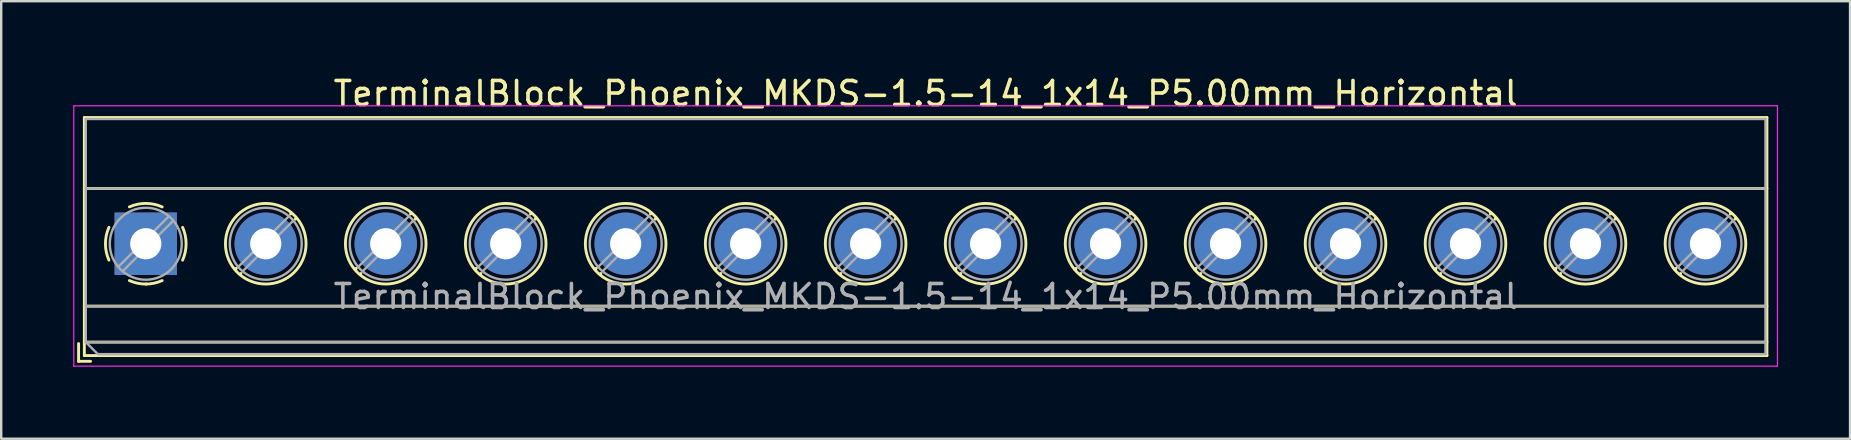
<source format=kicad_pcb>
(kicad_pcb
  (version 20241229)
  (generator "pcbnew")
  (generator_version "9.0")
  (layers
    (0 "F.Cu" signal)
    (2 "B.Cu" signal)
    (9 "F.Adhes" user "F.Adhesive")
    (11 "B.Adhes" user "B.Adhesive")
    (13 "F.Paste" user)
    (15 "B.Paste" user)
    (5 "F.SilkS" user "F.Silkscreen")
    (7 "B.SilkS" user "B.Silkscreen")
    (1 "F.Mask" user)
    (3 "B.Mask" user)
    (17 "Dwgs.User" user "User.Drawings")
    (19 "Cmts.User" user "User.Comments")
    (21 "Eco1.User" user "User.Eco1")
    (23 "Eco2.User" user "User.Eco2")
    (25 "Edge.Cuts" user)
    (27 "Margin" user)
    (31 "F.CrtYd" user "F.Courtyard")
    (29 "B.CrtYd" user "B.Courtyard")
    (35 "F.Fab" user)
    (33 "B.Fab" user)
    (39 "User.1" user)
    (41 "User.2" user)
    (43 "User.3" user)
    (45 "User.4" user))
  (footprint "TerminalBlock_Phoenix_MKDS-1.5-14_1x14_P5.00mm_Horizontal"
    (layer "F.Cu")
    (at 3.025 7.108)
    (property "Reference" "TerminalBlock_Phoenix_MKDS-1.5-14_1x14_P5.00mm_Horizontal" (at 32.5 -6.26 0) (layer "F.SilkS") (effects (font (size 1 1) (thickness 0.15))))
    (attr through_hole)
    (fp_line (start -2.8 4.16) (end -2.8 4.9) (stroke (width 0.12) (type solid)) (layer "F.SilkS"))
    (fp_line (start -2.8 4.9) (end -2.3 4.9) (stroke (width 0.12) (type solid)) (layer "F.SilkS"))
    (fp_line (start -2.56 -5.261) (end -2.56 4.66) (stroke (width 0.12) (type solid)) (layer "F.SilkS"))
    (fp_line (start -2.56 -5.261) (end 67.56 -5.261) (stroke (width 0.12) (type solid)) (layer "F.SilkS"))
    (fp_line (start -2.56 -2.301) (end 67.56 -2.301) (stroke (width 0.12) (type solid)) (layer "F.SilkS"))
    (fp_line (start -2.56 2.6) (end 67.56 2.6) (stroke (width 0.12) (type solid)) (layer "F.SilkS"))
    (fp_line (start -2.56 4.1) (end 67.56 4.1) (stroke (width 0.12) (type solid)) (layer "F.SilkS"))
    (fp_line (start -2.56 4.66) (end 67.56 4.66) (stroke (width 0.12) (type solid)) (layer "F.SilkS"))
    (fp_line (start 3.773 1.023) (end 3.726 1.069) (stroke (width 0.12) (type solid)) (layer "F.SilkS"))
    (fp_line (start 3.966 1.239) (end 3.931 1.274) (stroke (width 0.12) (type solid)) (layer "F.SilkS"))
    (fp_line (start 6.07 -1.275) (end 6.035 -1.239) (stroke (width 0.12) (type solid)) (layer "F.SilkS"))
    (fp_line (start 6.275 -1.069) (end 6.228 -1.023) (stroke (width 0.12) (type solid)) (layer "F.SilkS"))
    (fp_line (start 8.773 1.023) (end 8.726 1.069) (stroke (width 0.12) (type solid)) (layer "F.SilkS"))
    (fp_line (start 8.966 1.239) (end 8.931 1.274) (stroke (width 0.12) (type solid)) (layer "F.SilkS"))
    (fp_line (start 11.07 -1.275) (end 11.035 -1.239) (stroke (width 0.12) (type solid)) (layer "F.SilkS"))
    (fp_line (start 11.275 -1.069) (end 11.228 -1.023) (stroke (width 0.12) (type solid)) (layer "F.SilkS"))
    (fp_line (start 13.773 1.023) (end 13.726 1.069) (stroke (width 0.12) (type solid)) (layer "F.SilkS"))
    (fp_line (start 13.966 1.239) (end 13.931 1.274) (stroke (width 0.12) (type solid)) (layer "F.SilkS"))
    (fp_line (start 16.07 -1.275) (end 16.035 -1.239) (stroke (width 0.12) (type solid)) (layer "F.SilkS"))
    (fp_line (start 16.275 -1.069) (end 16.228 -1.023) (stroke (width 0.12) (type solid)) (layer "F.SilkS"))
    (fp_line (start 18.773 1.023) (end 18.726 1.069) (stroke (width 0.12) (type solid)) (layer "F.SilkS"))
    (fp_line (start 18.966 1.239) (end 18.931 1.274) (stroke (width 0.12) (type solid)) (layer "F.SilkS"))
    (fp_line (start 21.07 -1.275) (end 21.035 -1.239) (stroke (width 0.12) (type solid)) (layer "F.SilkS"))
    (fp_line (start 21.275 -1.069) (end 21.228 -1.023) (stroke (width 0.12) (type solid)) (layer "F.SilkS"))
    (fp_line (start 23.773 1.023) (end 23.726 1.069) (stroke (width 0.12) (type solid)) (layer "F.SilkS"))
    (fp_line (start 23.966 1.239) (end 23.931 1.274) (stroke (width 0.12) (type solid)) (layer "F.SilkS"))
    (fp_line (start 26.07 -1.275) (end 26.035 -1.239) (stroke (width 0.12) (type solid)) (layer "F.SilkS"))
    (fp_line (start 26.275 -1.069) (end 26.228 -1.023) (stroke (width 0.12) (type solid)) (layer "F.SilkS"))
    (fp_line (start 28.773 1.023) (end 28.726 1.069) (stroke (width 0.12) (type solid)) (layer "F.SilkS"))
    (fp_line (start 28.966 1.239) (end 28.931 1.274) (stroke (width 0.12) (type solid)) (layer "F.SilkS"))
    (fp_line (start 31.07 -1.275) (end 31.035 -1.239) (stroke (width 0.12) (type solid)) (layer "F.SilkS"))
    (fp_line (start 31.275 -1.069) (end 31.228 -1.023) (stroke (width 0.12) (type solid)) (layer "F.SilkS"))
    (fp_line (start 33.773 1.023) (end 33.726 1.069) (stroke (width 0.12) (type solid)) (layer "F.SilkS"))
    (fp_line (start 33.966 1.239) (end 33.931 1.274) (stroke (width 0.12) (type solid)) (layer "F.SilkS"))
    (fp_line (start 36.07 -1.275) (end 36.035 -1.239) (stroke (width 0.12) (type solid)) (layer "F.SilkS"))
    (fp_line (start 36.275 -1.069) (end 36.228 -1.023) (stroke (width 0.12) (type solid)) (layer "F.SilkS"))
    (fp_line (start 38.773 1.023) (end 38.726 1.069) (stroke (width 0.12) (type solid)) (layer "F.SilkS"))
    (fp_line (start 38.966 1.239) (end 38.931 1.274) (stroke (width 0.12) (type solid)) (layer "F.SilkS"))
    (fp_line (start 41.07 -1.275) (end 41.035 -1.239) (stroke (width 0.12) (type solid)) (layer "F.SilkS"))
    (fp_line (start 41.275 -1.069) (end 41.228 -1.023) (stroke (width 0.12) (type solid)) (layer "F.SilkS"))
    (fp_line (start 43.773 1.023) (end 43.726 1.069) (stroke (width 0.12) (type solid)) (layer "F.SilkS"))
    (fp_line (start 43.966 1.239) (end 43.931 1.274) (stroke (width 0.12) (type solid)) (layer "F.SilkS"))
    (fp_line (start 46.07 -1.275) (end 46.035 -1.239) (stroke (width 0.12) (type solid)) (layer "F.SilkS"))
    (fp_line (start 46.275 -1.069) (end 46.228 -1.023) (stroke (width 0.12) (type solid)) (layer "F.SilkS"))
    (fp_line (start 48.773 1.023) (end 48.726 1.069) (stroke (width 0.12) (type solid)) (layer "F.SilkS"))
    (fp_line (start 48.966 1.239) (end 48.931 1.274) (stroke (width 0.12) (type solid)) (layer "F.SilkS"))
    (fp_line (start 51.07 -1.275) (end 51.035 -1.239) (stroke (width 0.12) (type solid)) (layer "F.SilkS"))
    (fp_line (start 51.275 -1.069) (end 51.228 -1.023) (stroke (width 0.12) (type solid)) (layer "F.SilkS"))
    (fp_line (start 53.773 1.023) (end 53.726 1.069) (stroke (width 0.12) (type solid)) (layer "F.SilkS"))
    (fp_line (start 53.966 1.239) (end 53.931 1.274) (stroke (width 0.12) (type solid)) (layer "F.SilkS"))
    (fp_line (start 56.07 -1.275) (end 56.035 -1.239) (stroke (width 0.12) (type solid)) (layer "F.SilkS"))
    (fp_line (start 56.275 -1.069) (end 56.228 -1.023) (stroke (width 0.12) (type solid)) (layer "F.SilkS"))
    (fp_line (start 58.773 1.023) (end 58.726 1.069) (stroke (width 0.12) (type solid)) (layer "F.SilkS"))
    (fp_line (start 58.966 1.239) (end 58.931 1.274) (stroke (width 0.12) (type solid)) (layer "F.SilkS"))
    (fp_line (start 61.07 -1.275) (end 61.035 -1.239) (stroke (width 0.12) (type solid)) (layer "F.SilkS"))
    (fp_line (start 61.275 -1.069) (end 61.228 -1.023) (stroke (width 0.12) (type solid)) (layer "F.SilkS"))
    (fp_line (start 63.773 1.023) (end 63.726 1.069) (stroke (width 0.12) (type solid)) (layer "F.SilkS"))
    (fp_line (start 63.966 1.239) (end 63.931 1.274) (stroke (width 0.12) (type solid)) (layer "F.SilkS"))
    (fp_line (start 66.07 -1.275) (end 66.035 -1.239) (stroke (width 0.12) (type solid)) (layer "F.SilkS"))
    (fp_line (start 66.275 -1.069) (end 66.228 -1.023) (stroke (width 0.12) (type solid)) (layer "F.SilkS"))
    (fp_line (start 67.56 -5.261) (end 67.56 4.66) (stroke (width 0.12) (type solid)) (layer "F.SilkS"))
    (fp_arc (start -1.535427 0.683042) (mid -1.680501 -0.000524) (end -1.535 -0.684) (stroke (width 0.12) (type solid)) (layer "F.SilkS"))
    (fp_arc (start -0.683042 -1.535427) (mid 0.000524 -1.680501) (end 0.684 -1.535) (stroke (width 0.12) (type solid)) (layer "F.SilkS"))
    (fp_arc (start 0.028805 1.680253) (mid -0.335551 1.646659) (end -0.684 1.535) (stroke (width 0.12) (type solid)) (layer "F.SilkS"))
    (fp_arc (start 0.683318 1.534756) (mid 0.349292 1.643288) (end 0 1.68) (stroke (width 0.12) (type solid)) (layer "F.SilkS"))
    (fp_arc (start 1.535427 -0.683042) (mid 1.680501 0.000524) (end 1.535 0.684) (stroke (width 0.12) (type solid)) (layer "F.SilkS"))
    (fp_circle (center 5 0) (end 6.68 0) (stroke (width 0.12) (type solid)) (fill no) (layer "F.SilkS"))
    (fp_circle (center 10 0) (end 11.68 0) (stroke (width 0.12) (type solid)) (fill no) (layer "F.SilkS"))
    (fp_circle (center 15 0) (end 16.68 0) (stroke (width 0.12) (type solid)) (fill no) (layer "F.SilkS"))
    (fp_circle (center 20 0) (end 21.68 0) (stroke (width 0.12) (type solid)) (fill no) (layer "F.SilkS"))
    (fp_circle (center 25 0) (end 26.68 0) (stroke (width 0.12) (type solid)) (fill no) (layer "F.SilkS"))
    (fp_circle (center 30 0) (end 31.68 0) (stroke (width 0.12) (type solid)) (fill no) (layer "F.SilkS"))
    (fp_circle (center 35 0) (end 36.68 0) (stroke (width 0.12) (type solid)) (fill no) (layer "F.SilkS"))
    (fp_circle (center 40 0) (end 41.68 0) (stroke (width 0.12) (type solid)) (fill no) (layer "F.SilkS"))
    (fp_circle (center 45 0) (end 46.68 0) (stroke (width 0.12) (type solid)) (fill no) (layer "F.SilkS"))
    (fp_circle (center 50 0) (end 51.68 0) (stroke (width 0.12) (type solid)) (fill no) (layer "F.SilkS"))
    (fp_circle (center 55 0) (end 56.68 0) (stroke (width 0.12) (type solid)) (fill no) (layer "F.SilkS"))
    (fp_circle (center 60 0) (end 61.68 0) (stroke (width 0.12) (type solid)) (fill no) (layer "F.SilkS"))
    (fp_circle (center 65 0) (end 66.68 0) (stroke (width 0.12) (type solid)) (fill no) (layer "F.SilkS"))
    (fp_line (start -3 -5.75) (end -3 5.1) (stroke (width 0.05) (type solid)) (layer "F.CrtYd"))
    (fp_line (start -3 5.1) (end 68 5.1) (stroke (width 0.05) (type solid)) (layer "F.CrtYd"))
    (fp_line (start 68 -5.75) (end -3 -5.75) (stroke (width 0.05) (type solid)) (layer "F.CrtYd"))
    (fp_line (start 68 5.1) (end 68 -5.75) (stroke (width 0.05) (type solid)) (layer "F.CrtYd"))
    (fp_line (start -2.5 -5.2) (end 67.5 -5.2) (stroke (width 0.1) (type solid)) (layer "F.Fab"))
    (fp_line (start -2.5 -2.3) (end 67.5 -2.3) (stroke (width 0.1) (type solid)) (layer "F.Fab"))
    (fp_line (start -2.5 2.6) (end 67.5 2.6) (stroke (width 0.1) (type solid)) (layer "F.Fab"))
    (fp_line (start -2.5 4.1) (end -2.5 -5.2) (stroke (width 0.1) (type solid)) (layer "F.Fab"))
    (fp_line (start -2.5 4.1) (end 67.5 4.1) (stroke (width 0.1) (type solid)) (layer "F.Fab"))
    (fp_line (start -2 4.6) (end -2.5 4.1) (stroke (width 0.1) (type solid)) (layer "F.Fab"))
    (fp_line (start 0.955 -1.138) (end -1.138 0.955) (stroke (width 0.1) (type solid)) (layer "F.Fab"))
    (fp_line (start 1.138 -0.955) (end -0.955 1.138) (stroke (width 0.1) (type solid)) (layer "F.Fab"))
    (fp_line (start 5.955 -1.138) (end 3.863 0.955) (stroke (width 0.1) (type solid)) (layer "F.Fab"))
    (fp_line (start 6.138 -0.955) (end 4.046 1.138) (stroke (width 0.1) (type solid)) (layer "F.Fab"))
    (fp_line (start 10.955 -1.138) (end 8.863 0.955) (stroke (width 0.1) (type solid)) (layer "F.Fab"))
    (fp_line (start 11.138 -0.955) (end 9.046 1.138) (stroke (width 0.1) (type solid)) (layer "F.Fab"))
    (fp_line (start 15.955 -1.138) (end 13.863 0.955) (stroke (width 0.1) (type solid)) (layer "F.Fab"))
    (fp_line (start 16.138 -0.955) (end 14.046 1.138) (stroke (width 0.1) (type solid)) (layer "F.Fab"))
    (fp_line (start 20.955 -1.138) (end 18.863 0.955) (stroke (width 0.1) (type solid)) (layer "F.Fab"))
    (fp_line (start 21.138 -0.955) (end 19.046 1.138) (stroke (width 0.1) (type solid)) (layer "F.Fab"))
    (fp_line (start 25.955 -1.138) (end 23.863 0.955) (stroke (width 0.1) (type solid)) (layer "F.Fab"))
    (fp_line (start 26.138 -0.955) (end 24.046 1.138) (stroke (width 0.1) (type solid)) (layer "F.Fab"))
    (fp_line (start 30.955 -1.138) (end 28.863 0.955) (stroke (width 0.1) (type solid)) (layer "F.Fab"))
    (fp_line (start 31.138 -0.955) (end 29.046 1.138) (stroke (width 0.1) (type solid)) (layer "F.Fab"))
    (fp_line (start 35.955 -1.138) (end 33.863 0.955) (stroke (width 0.1) (type solid)) (layer "F.Fab"))
    (fp_line (start 36.138 -0.955) (end 34.046 1.138) (stroke (width 0.1) (type solid)) (layer "F.Fab"))
    (fp_line (start 40.955 -1.138) (end 38.863 0.955) (stroke (width 0.1) (type solid)) (layer "F.Fab"))
    (fp_line (start 41.138 -0.955) (end 39.046 1.138) (stroke (width 0.1) (type solid)) (layer "F.Fab"))
    (fp_line (start 45.955 -1.138) (end 43.863 0.955) (stroke (width 0.1) (type solid)) (layer "F.Fab"))
    (fp_line (start 46.138 -0.955) (end 44.046 1.138) (stroke (width 0.1) (type solid)) (layer "F.Fab"))
    (fp_line (start 50.955 -1.138) (end 48.863 0.955) (stroke (width 0.1) (type solid)) (layer "F.Fab"))
    (fp_line (start 51.138 -0.955) (end 49.046 1.138) (stroke (width 0.1) (type solid)) (layer "F.Fab"))
    (fp_line (start 55.955 -1.138) (end 53.863 0.955) (stroke (width 0.1) (type solid)) (layer "F.Fab"))
    (fp_line (start 56.138 -0.955) (end 54.046 1.138) (stroke (width 0.1) (type solid)) (layer "F.Fab"))
    (fp_line (start 60.955 -1.138) (end 58.863 0.955) (stroke (width 0.1) (type solid)) (layer "F.Fab"))
    (fp_line (start 61.138 -0.955) (end 59.046 1.138) (stroke (width 0.1) (type solid)) (layer "F.Fab"))
    (fp_line (start 65.955 -1.138) (end 63.863 0.955) (stroke (width 0.1) (type solid)) (layer "F.Fab"))
    (fp_line (start 66.138 -0.955) (end 64.046 1.138) (stroke (width 0.1) (type solid)) (layer "F.Fab"))
    (fp_line (start 67.5 -5.2) (end 67.5 4.6) (stroke (width 0.1) (type solid)) (layer "F.Fab"))
    (fp_line (start 67.5 4.6) (end -2 4.6) (stroke (width 0.1) (type solid)) (layer "F.Fab"))
    (fp_circle (center 0 0) (end 1.5 0) (stroke (width 0.1) (type solid)) (fill no) (layer "F.Fab"))
    (fp_circle (center 5 0) (end 6.5 0) (stroke (width 0.1) (type solid)) (fill no) (layer "F.Fab"))
    (fp_circle (center 10 0) (end 11.5 0) (stroke (width 0.1) (type solid)) (fill no) (layer "F.Fab"))
    (fp_circle (center 15 0) (end 16.5 0) (stroke (width 0.1) (type solid)) (fill no) (layer "F.Fab"))
    (fp_circle (center 20 0) (end 21.5 0) (stroke (width 0.1) (type solid)) (fill no) (layer "F.Fab"))
    (fp_circle (center 25 0) (end 26.5 0) (stroke (width 0.1) (type solid)) (fill no) (layer "F.Fab"))
    (fp_circle (center 30 0) (end 31.5 0) (stroke (width 0.1) (type solid)) (fill no) (layer "F.Fab"))
    (fp_circle (center 35 0) (end 36.5 0) (stroke (width 0.1) (type solid)) (fill no) (layer "F.Fab"))
    (fp_circle (center 40 0) (end 41.5 0) (stroke (width 0.1) (type solid)) (fill no) (layer "F.Fab"))
    (fp_circle (center 45 0) (end 46.5 0) (stroke (width 0.1) (type solid)) (fill no) (layer "F.Fab"))
    (fp_circle (center 50 0) (end 51.5 0) (stroke (width 0.1) (type solid)) (fill no) (layer "F.Fab"))
    (fp_circle (center 55 0) (end 56.5 0) (stroke (width 0.1) (type solid)) (fill no) (layer "F.Fab"))
    (fp_circle (center 60 0) (end 61.5 0) (stroke (width 0.1) (type solid)) (fill no) (layer "F.Fab"))
    (fp_circle (center 65 0) (end 66.5 0) (stroke (width 0.1) (type solid)) (fill no) (layer "F.Fab"))
    (fp_text user "${REFERENCE}" (at 32.5 2.2 0) (layer "F.Fab") (effects (font (size 1 1) (thickness 0.15))))
    (pad "1" thru_hole rect (at 0 0) (size 2.6 2.6) (drill 1.3) (layers "*.Cu" "*.Mask"))
    (pad "2" thru_hole circle (at 5 0) (size 2.6 2.6) (drill 1.3) (layers "*.Cu" "*.Mask"))
    (pad "3" thru_hole circle (at 10 0) (size 2.6 2.6) (drill 1.3) (layers "*.Cu" "*.Mask"))
    (pad "4" thru_hole circle (at 15 0) (size 2.6 2.6) (drill 1.3) (layers "*.Cu" "*.Mask"))
    (pad "5" thru_hole circle (at 20 0) (size 2.6 2.6) (drill 1.3) (layers "*.Cu" "*.Mask"))
    (pad "6" thru_hole circle (at 25 0) (size 2.6 2.6) (drill 1.3) (layers "*.Cu" "*.Mask"))
    (pad "7" thru_hole circle (at 30 0) (size 2.6 2.6) (drill 1.3) (layers "*.Cu" "*.Mask"))
    (pad "8" thru_hole circle (at 35 0) (size 2.6 2.6) (drill 1.3) (layers "*.Cu" "*.Mask"))
    (pad "9" thru_hole circle (at 40 0) (size 2.6 2.6) (drill 1.3) (layers "*.Cu" "*.Mask"))
    (pad "10" thru_hole circle (at 45 0) (size 2.6 2.6) (drill 1.3) (layers "*.Cu" "*.Mask"))
    (pad "11" thru_hole circle (at 50 0) (size 2.6 2.6) (drill 1.3) (layers "*.Cu" "*.Mask"))
    (pad "12" thru_hole circle (at 55 0) (size 2.6 2.6) (drill 1.3) (layers "*.Cu" "*.Mask"))
    (pad "13" thru_hole circle (at 60 0) (size 2.6 2.6) (drill 1.3) (layers "*.Cu" "*.Mask"))
    (pad "14" thru_hole circle (at 65 0) (size 2.6 2.6) (drill 1.3) (layers "*.Cu" "*.Mask")))
  (gr_rect
    (start -3 -3)
    (end 74.05 15.233)
    (stroke (width 0.1) (type default))
    (fill no)
    (layer "Edge.Cuts")))
</source>
